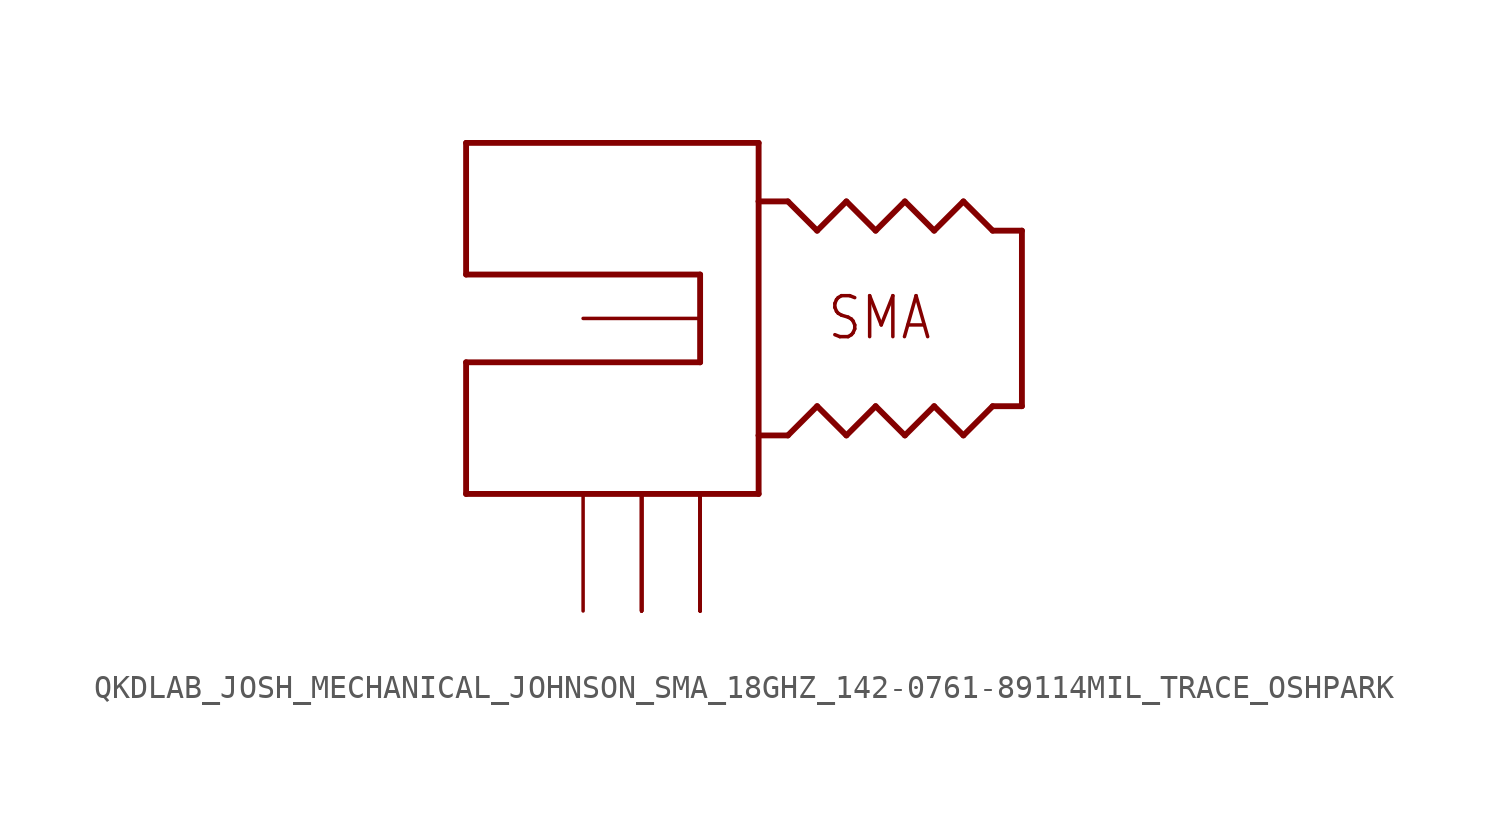
<source format=kicad_sym>
(kicad_symbol_lib
  (version 20231120)
  (generator "kicad_symbol_editor")
  (generator_version "8.0")
  (symbol "QKDLAB_JOSH_MECHANICAL_JOHNSON_SMA_18GHZ_142-0761-89114MIL_TRACE_OSHPARK"
    (property "Reference" "J"
      (at 0 0 0)
      (effects (font (size 1.27 1.27)) (hide yes)))
    (property "ki_locked" ""
      (at 0 0 0)
      (effects (font (size 1.27 1.27))))
    (symbol "QKDLAB_JOSH_MECHANICAL_JOHNSON_SMA_18GHZ_142-0761-89114MIL_TRACE_OSHPARK_1_0"
      (polyline (pts (xy -20.32 -7.62) (xy -20.32 -1.905)) (stroke (width 0.254) (type solid)) (fill (type none)))
      (polyline (pts (xy -20.32 -1.905) (xy -10.16 -1.905)) (stroke (width 0.254) (type solid)) (fill (type none)))
      (polyline (pts (xy -20.32 1.905) (xy -20.32 7.62)) (stroke (width 0.254) (type solid)) (fill (type none)))
      (polyline (pts (xy -20.32 7.62) (xy -7.62 7.62)) (stroke (width 0.254) (type solid)) (fill (type none)))
      (polyline (pts (xy -10.16 -1.905) (xy -10.16 1.905)) (stroke (width 0.254) (type solid)) (fill (type none)))
      (polyline (pts (xy -10.16 1.905) (xy -20.32 1.905)) (stroke (width 0.254) (type solid)) (fill (type none)))
      (polyline (pts (xy -7.62 -7.62) (xy -20.32 -7.62)) (stroke (width 0.254) (type solid)) (fill (type none)))
      (polyline (pts (xy -7.62 -5.08) (xy -7.62 -7.62)) (stroke (width 0.254) (type solid)) (fill (type none)))
      (polyline (pts (xy -7.62 -5.08) (xy -6.35 -5.08)) (stroke (width 0.254) (type solid)) (fill (type none)))
      (polyline (pts (xy -7.62 5.08) (xy -7.62 -5.08)) (stroke (width 0.254) (type solid)) (fill (type none)))
      (polyline (pts (xy -7.62 7.62) (xy -7.62 5.08)) (stroke (width 0.254) (type solid)) (fill (type none)))
      (polyline (pts (xy -6.35 -5.08) (xy -5.08 -3.81)) (stroke (width 0.254) (type solid)) (fill (type none)))
      (polyline (pts (xy -6.35 5.08) (xy -7.62 5.08)) (stroke (width 0.254) (type solid)) (fill (type none)))
      (polyline (pts (xy -5.08 -3.81) (xy -3.81 -5.08)) (stroke (width 0.254) (type solid)) (fill (type none)))
      (polyline (pts (xy -5.08 3.81) (xy -6.35 5.08)) (stroke (width 0.254) (type solid)) (fill (type none)))
      (polyline (pts (xy -3.81 -5.08) (xy -2.54 -3.81)) (stroke (width 0.254) (type solid)) (fill (type none)))
      (polyline (pts (xy -3.81 5.08) (xy -5.08 3.81)) (stroke (width 0.254) (type solid)) (fill (type none)))
      (polyline (pts (xy -2.54 -3.81) (xy -1.27 -5.08)) (stroke (width 0.254) (type solid)) (fill (type none)))
      (polyline (pts (xy -2.54 3.81) (xy -3.81 5.08)) (stroke (width 0.254) (type solid)) (fill (type none)))
      (polyline (pts (xy -1.27 -5.08) (xy 0 -3.81)) (stroke (width 0.254) (type solid)) (fill (type none)))
      (polyline (pts (xy -1.27 5.08) (xy -2.54 3.81)) (stroke (width 0.254) (type solid)) (fill (type none)))
      (polyline (pts (xy 0 -3.81) (xy 1.27 -5.08)) (stroke (width 0.254) (type solid)) (fill (type none)))
      (polyline (pts (xy 0 3.81) (xy -1.27 5.08)) (stroke (width 0.254) (type solid)) (fill (type none)))
      (polyline (pts (xy 1.27 5.08) (xy 0 3.81)) (stroke (width 0.254) (type solid)) (fill (type none)))
      (polyline (pts (xy 1.27 5.08) (xy 2.54 3.81)) (stroke (width 0.254) (type solid)) (fill (type none)))
      (polyline (pts (xy 2.54 -3.81) (xy 1.27 -5.08)) (stroke (width 0.254) (type solid)) (fill (type none)))
      (polyline (pts (xy 2.54 3.81) (xy 3.81 3.81)) (stroke (width 0.254) (type solid)) (fill (type none)))
      (polyline (pts (xy 3.81 -3.81) (xy 2.54 -3.81)) (stroke (width 0.254) (type solid)) (fill (type none)))
      (polyline (pts (xy 3.81 3.81) (xy 3.81 -3.81)) (stroke (width 0.254) (type solid)) (fill (type none)))
      (text "SMA" (at -4.699 -1.016 0) (effects (font (size 1.778 1.511)) (justify left bottom)))
      (pin bidirectional line (at -15.24 0 0) (length 5.08) (name "SIG" (effects (font (size 0 0)))) (number "P$1" (effects (font (size 0 0)))))
      (pin bidirectional line (at -12.7 -12.7 90) (length 5.08) (name "GND@2" (effects (font (size 0 0)))) (number "P$10" (effects (font (size 0 0)))))
      (pin bidirectional line (at -12.7 -12.7 90) (length 5.08) (name "GND@2" (effects (font (size 0 0)))) (number "P$11" (effects (font (size 0 0)))))
      (pin bidirectional line (at -12.7 -12.7 90) (length 5.08) (name "GND@2" (effects (font (size 0 0)))) (number "P$12" (effects (font (size 0 0)))))
      (pin bidirectional line (at -12.7 -12.7 90) (length 5.08) (name "GND@2" (effects (font (size 0 0)))) (number "P$2" (effects (font (size 0 0)))))
      (pin bidirectional line (at -10.16 -12.7 90) (length 5.08) (name "GND@3" (effects (font (size 0 0)))) (number "P$3" (effects (font (size 0 0)))))
      (pin bidirectional line (at -15.24 -12.7 90) (length 5.08) (name "GND@1" (effects (font (size 0 0)))) (number "P$4" (effects (font (size 0 0)))))
      (pin bidirectional line (at -10.16 -12.7 90) (length 5.08) (name "GND@3" (effects (font (size 0 0)))) (number "P$5" (effects (font (size 0 0)))))
      (pin bidirectional line (at -10.16 -12.7 90) (length 5.08) (name "GND@3" (effects (font (size 0 0)))) (number "P$6" (effects (font (size 0 0)))))
      (pin bidirectional line (at -10.16 -12.7 90) (length 5.08) (name "GND@3" (effects (font (size 0 0)))) (number "P$7" (effects (font (size 0 0)))))
      (pin bidirectional line (at -10.16 -12.7 90) (length 5.08) (name "GND@3" (effects (font (size 0 0)))) (number "P$8" (effects (font (size 0 0)))))
      (pin bidirectional line (at -12.7 -12.7 90) (length 5.08) (name "GND@2" (effects (font (size 0 0)))) (number "P$9" (effects (font (size 0 0))))))))
</source>
